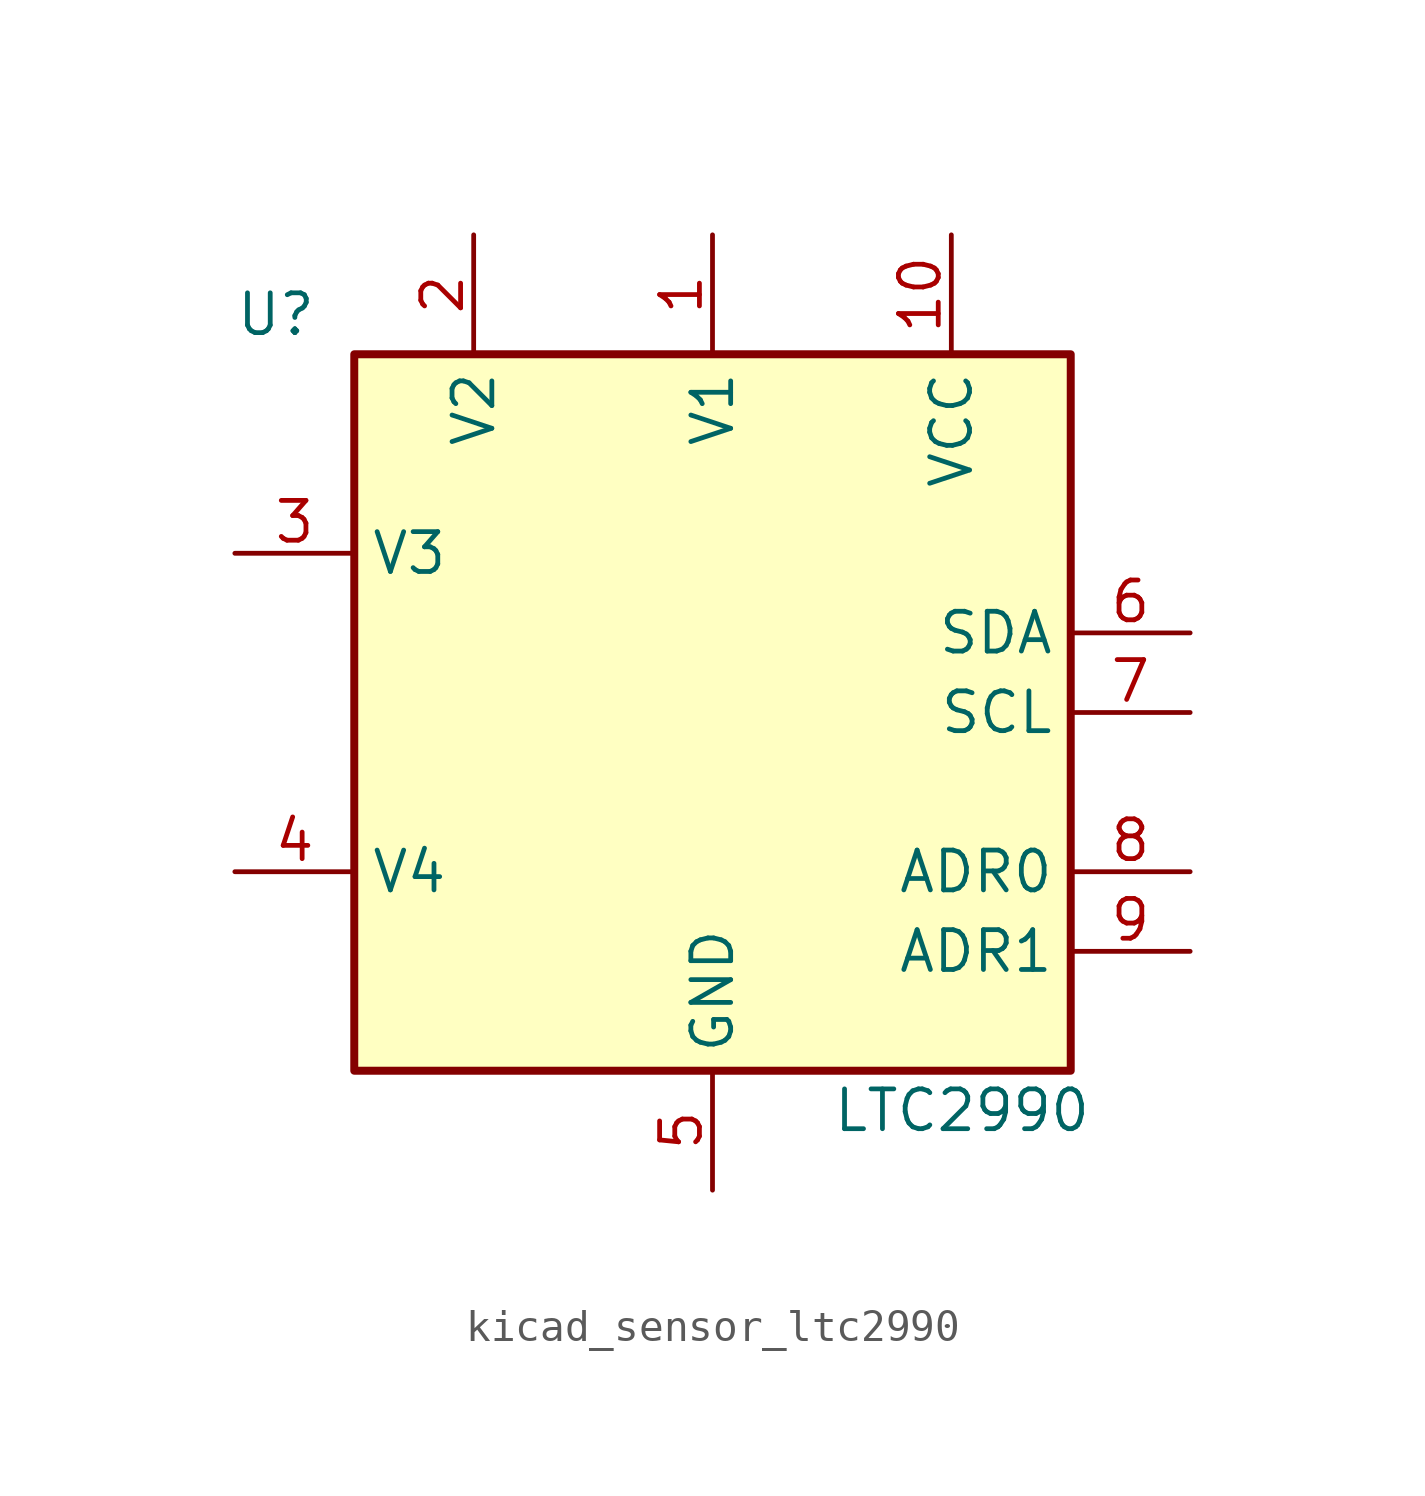
<source format=kicad_sym>
(kicad_symbol_lib
  (version 20220914)
  (generator kicad_symbol_editor)
  (symbol "kicad_sensor_ltc2990"
    (property "Reference" "U"
      (at -15.24 12.7 0)
      (effects (font (size 1.27 1.27)) (justify left)))
    (property "Value" "LTC2990"
      (at 3.81 -12.7 0)
      (effects (font (size 1.27 1.27)) (justify left)))
    (symbol "kicad_sensor_ltc2990_0_1"
      (rectangle (start -11.43 11.43) (end 11.43 -11.43) (stroke (width 0.254) (type default)) (fill (type background))))
    (symbol "kicad_sensor_ltc2990_1_1"
      (pin passive line (at 0 15.24 270) (length 3.81) (name "V1" (effects (font (size 1.27 1.27)))) (number "1" (effects (font (size 1.27 1.27)))))
      (pin power_in line (at 7.62 15.24 270) (length 3.81) (name "VCC" (effects (font (size 1.27 1.27)))) (number "10" (effects (font (size 1.27 1.27)))))
      (pin passive line (at -7.62 15.24 270) (length 3.81) (name "V2" (effects (font (size 1.27 1.27)))) (number "2" (effects (font (size 1.27 1.27)))))
      (pin passive line (at -15.24 5.08 0) (length 3.81) (name "V3" (effects (font (size 1.27 1.27)))) (number "3" (effects (font (size 1.27 1.27)))))
      (pin passive line (at -15.24 -5.08 0) (length 3.81) (name "V4" (effects (font (size 1.27 1.27)))) (number "4" (effects (font (size 1.27 1.27)))))
      (pin power_in line (at 0 -15.24 90) (length 3.81) (name "GND" (effects (font (size 1.27 1.27)))) (number "5" (effects (font (size 1.27 1.27)))))
      (pin bidirectional line (at 15.24 2.54 180) (length 3.81) (name "SDA" (effects (font (size 1.27 1.27)))) (number "6" (effects (font (size 1.27 1.27)))))
      (pin input line (at 15.24 0 180) (length 3.81) (name "SCL" (effects (font (size 1.27 1.27)))) (number "7" (effects (font (size 1.27 1.27)))))
      (pin input line (at 15.24 -5.08 180) (length 3.81) (name "ADR0" (effects (font (size 1.27 1.27)))) (number "8" (effects (font (size 1.27 1.27)))))
      (pin input line (at 15.24 -7.62 180) (length 3.81) (name "ADR1" (effects (font (size 1.27 1.27)))) (number "9" (effects (font (size 1.27 1.27))))))))
</source>
